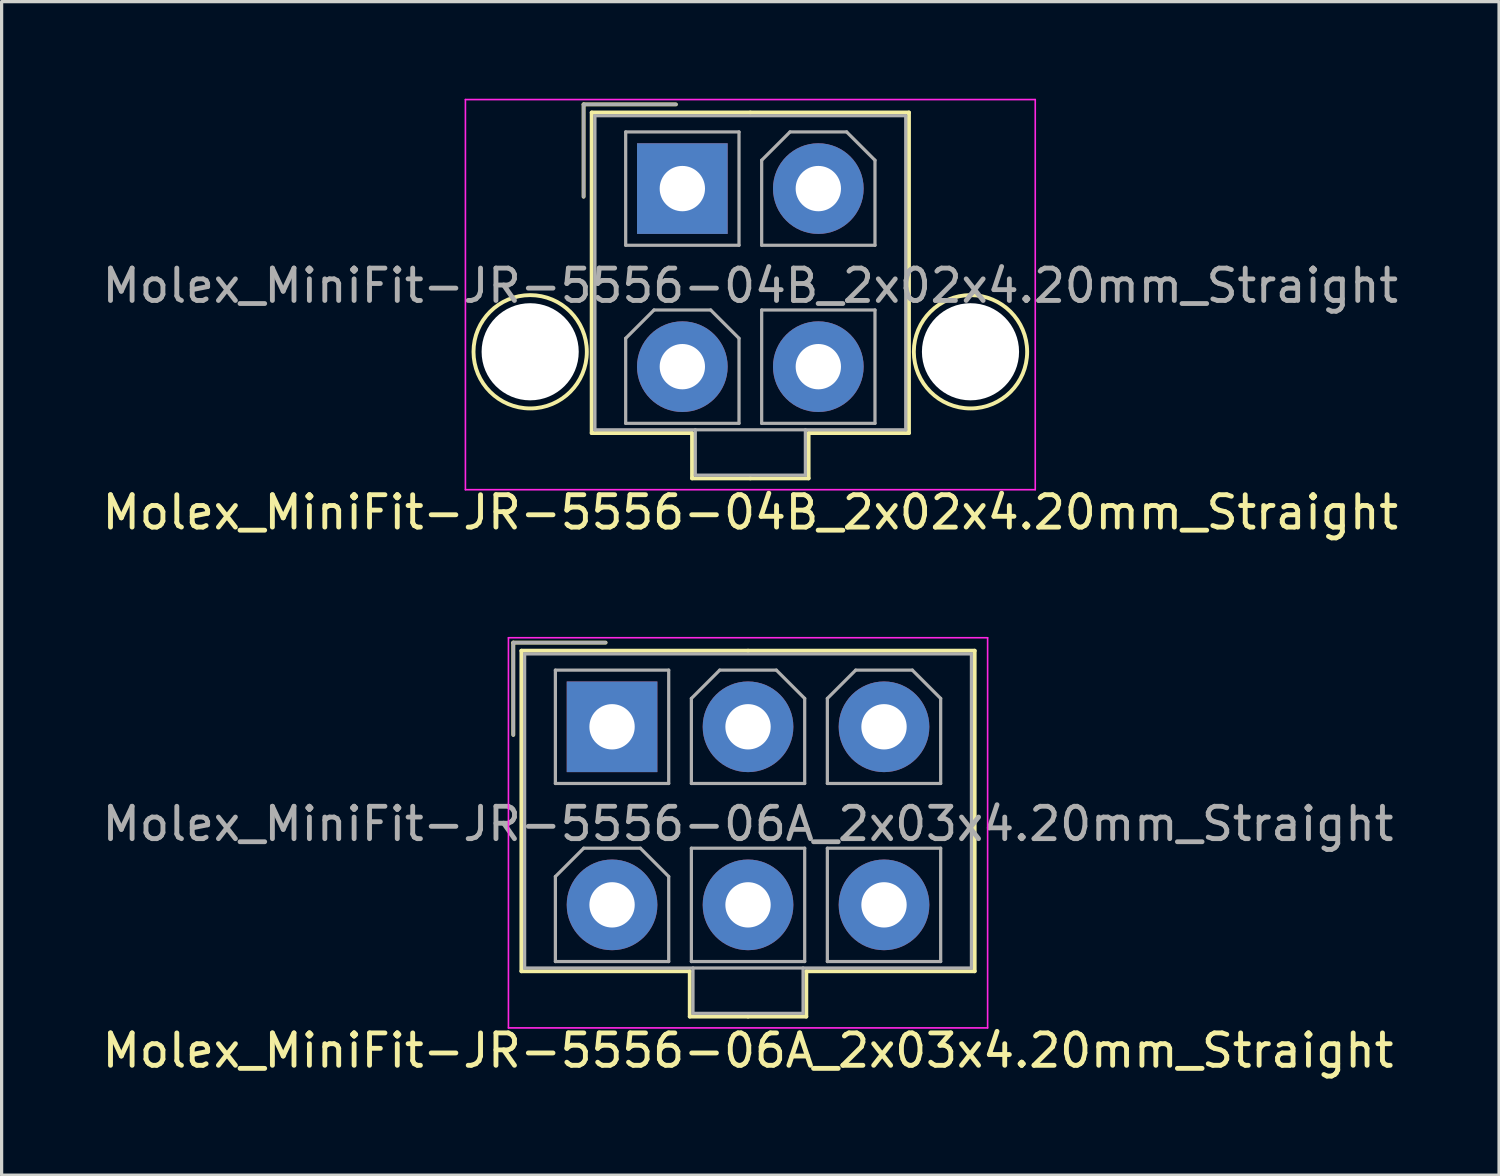
<source format=kicad_pcb>
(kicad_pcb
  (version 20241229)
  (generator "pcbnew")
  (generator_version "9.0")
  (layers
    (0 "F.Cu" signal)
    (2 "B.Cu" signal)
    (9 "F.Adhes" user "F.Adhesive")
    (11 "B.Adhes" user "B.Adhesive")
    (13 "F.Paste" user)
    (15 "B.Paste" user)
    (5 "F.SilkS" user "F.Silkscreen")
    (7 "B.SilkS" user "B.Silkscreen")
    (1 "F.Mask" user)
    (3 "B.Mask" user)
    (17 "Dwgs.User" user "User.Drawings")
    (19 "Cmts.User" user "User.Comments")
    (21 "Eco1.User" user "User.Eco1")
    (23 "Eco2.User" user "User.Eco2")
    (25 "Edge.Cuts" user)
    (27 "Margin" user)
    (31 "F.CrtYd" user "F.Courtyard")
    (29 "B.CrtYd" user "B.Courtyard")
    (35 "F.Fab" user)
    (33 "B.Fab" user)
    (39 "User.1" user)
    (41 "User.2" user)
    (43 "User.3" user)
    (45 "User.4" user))
  (footprint "Molex_MiniFit-JR-5556-06A_2x03x4.20mm_Straight"
    (layer "F.Cu")
    (at 15.854 19.398)
    (property "Reference" "Molex_MiniFit-JR-5556-06A_2x03x4.20mm_Straight" (at 4.2 10 0) (layer "F.SilkS") (effects (font (size 1 1) (thickness 0.15))))
    (attr through_hole)
    (fp_line (start -3.05 -2.6) (end -3.05 0.25) (stroke (width 0.12) (type solid)) (layer "F.SilkS"))
    (fp_line (start -2.8 -2.35) (end -2.8 7.55) (stroke (width 0.12) (type solid)) (layer "F.SilkS"))
    (fp_line (start -2.8 7.55) (end 2.4 7.55) (stroke (width 0.12) (type solid)) (layer "F.SilkS"))
    (fp_line (start -0.2 -2.6) (end -3.05 -2.6) (stroke (width 0.12) (type solid)) (layer "F.SilkS"))
    (fp_line (start 2.4 7.55) (end 2.4 8.95) (stroke (width 0.12) (type solid)) (layer "F.SilkS"))
    (fp_line (start 2.4 8.95) (end 4.2 8.95) (stroke (width 0.12) (type solid)) (layer "F.SilkS"))
    (fp_line (start 4.2 -2.35) (end -2.8 -2.35) (stroke (width 0.12) (type solid)) (layer "F.SilkS"))
    (fp_line (start 4.2 -2.35) (end 11.2 -2.35) (stroke (width 0.12) (type solid)) (layer "F.SilkS"))
    (fp_line (start 6 7.55) (end 6 8.95) (stroke (width 0.12) (type solid)) (layer "F.SilkS"))
    (fp_line (start 6 8.95) (end 4.2 8.95) (stroke (width 0.12) (type solid)) (layer "F.SilkS"))
    (fp_line (start 11.2 -2.35) (end 11.2 7.55) (stroke (width 0.12) (type solid)) (layer "F.SilkS"))
    (fp_line (start 11.2 7.55) (end 6 7.55) (stroke (width 0.12) (type solid)) (layer "F.SilkS"))
    (fp_line (start -3.2 -2.75) (end -3.2 9.3) (stroke (width 0.05) (type solid)) (layer "F.CrtYd"))
    (fp_line (start -3.2 9.3) (end 11.6 9.3) (stroke (width 0.05) (type solid)) (layer "F.CrtYd"))
    (fp_line (start 11.6 -2.75) (end -3.2 -2.75) (stroke (width 0.05) (type solid)) (layer "F.CrtYd"))
    (fp_line (start 11.6 9.3) (end 11.6 -2.75) (stroke (width 0.05) (type solid)) (layer "F.CrtYd"))
    (fp_line (start -3.05 -2.6) (end -3.05 0.25) (stroke (width 0.1) (type solid)) (layer "F.Fab"))
    (fp_line (start -2.7 -2.25) (end -2.7 7.45) (stroke (width 0.1) (type solid)) (layer "F.Fab"))
    (fp_line (start -2.7 7.45) (end 11.1 7.45) (stroke (width 0.1) (type solid)) (layer "F.Fab"))
    (fp_line (start -1.75 -1.75) (end -1.75 1.75) (stroke (width 0.1) (type solid)) (layer "F.Fab"))
    (fp_line (start -1.75 1.75) (end 1.75 1.75) (stroke (width 0.1) (type solid)) (layer "F.Fab"))
    (fp_line (start -1.75 4.625) (end -0.875 3.75) (stroke (width 0.1) (type solid)) (layer "F.Fab"))
    (fp_line (start -1.75 7.25) (end -1.75 4.625) (stroke (width 0.1) (type solid)) (layer "F.Fab"))
    (fp_line (start -0.875 3.75) (end 0.875 3.75) (stroke (width 0.1) (type solid)) (layer "F.Fab"))
    (fp_line (start -0.2 -2.6) (end -3.05 -2.6) (stroke (width 0.1) (type solid)) (layer "F.Fab"))
    (fp_line (start 0.875 3.75) (end 1.75 4.625) (stroke (width 0.1) (type solid)) (layer "F.Fab"))
    (fp_line (start 1.75 -1.75) (end -1.75 -1.75) (stroke (width 0.1) (type solid)) (layer "F.Fab"))
    (fp_line (start 1.75 1.75) (end 1.75 -1.75) (stroke (width 0.1) (type solid)) (layer "F.Fab"))
    (fp_line (start 1.75 4.625) (end 1.75 7.25) (stroke (width 0.1) (type solid)) (layer "F.Fab"))
    (fp_line (start 1.75 7.25) (end -1.75 7.25) (stroke (width 0.1) (type solid)) (layer "F.Fab"))
    (fp_line (start 2.45 -0.875) (end 3.325 -1.75) (stroke (width 0.1) (type solid)) (layer "F.Fab"))
    (fp_line (start 2.45 1.75) (end 2.45 -0.875) (stroke (width 0.1) (type solid)) (layer "F.Fab"))
    (fp_line (start 2.45 3.75) (end 2.45 7.25) (stroke (width 0.1) (type solid)) (layer "F.Fab"))
    (fp_line (start 2.45 7.25) (end 5.95 7.25) (stroke (width 0.1) (type solid)) (layer "F.Fab"))
    (fp_line (start 2.5 7.45) (end 2.5 8.85) (stroke (width 0.1) (type solid)) (layer "F.Fab"))
    (fp_line (start 2.5 8.85) (end 5.9 8.85) (stroke (width 0.1) (type solid)) (layer "F.Fab"))
    (fp_line (start 3.325 -1.75) (end 5.075 -1.75) (stroke (width 0.1) (type solid)) (layer "F.Fab"))
    (fp_line (start 5.075 -1.75) (end 5.95 -0.875) (stroke (width 0.1) (type solid)) (layer "F.Fab"))
    (fp_line (start 5.9 8.85) (end 5.9 7.45) (stroke (width 0.1) (type solid)) (layer "F.Fab"))
    (fp_line (start 5.95 -0.875) (end 5.95 1.75) (stroke (width 0.1) (type solid)) (layer "F.Fab"))
    (fp_line (start 5.95 1.75) (end 2.45 1.75) (stroke (width 0.1) (type solid)) (layer "F.Fab"))
    (fp_line (start 5.95 3.75) (end 2.45 3.75) (stroke (width 0.1) (type solid)) (layer "F.Fab"))
    (fp_line (start 5.95 7.25) (end 5.95 3.75) (stroke (width 0.1) (type solid)) (layer "F.Fab"))
    (fp_line (start 6.65 -0.875) (end 7.525 -1.75) (stroke (width 0.1) (type solid)) (layer "F.Fab"))
    (fp_line (start 6.65 1.75) (end 6.65 -0.875) (stroke (width 0.1) (type solid)) (layer "F.Fab"))
    (fp_line (start 6.65 3.75) (end 6.65 7.25) (stroke (width 0.1) (type solid)) (layer "F.Fab"))
    (fp_line (start 6.65 7.25) (end 10.15 7.25) (stroke (width 0.1) (type solid)) (layer "F.Fab"))
    (fp_line (start 7.525 -1.75) (end 9.275 -1.75) (stroke (width 0.1) (type solid)) (layer "F.Fab"))
    (fp_line (start 9.275 -1.75) (end 10.15 -0.875) (stroke (width 0.1) (type solid)) (layer "F.Fab"))
    (fp_line (start 10.15 -0.875) (end 10.15 1.75) (stroke (width 0.1) (type solid)) (layer "F.Fab"))
    (fp_line (start 10.15 1.75) (end 6.65 1.75) (stroke (width 0.1) (type solid)) (layer "F.Fab"))
    (fp_line (start 10.15 3.75) (end 6.65 3.75) (stroke (width 0.1) (type solid)) (layer "F.Fab"))
    (fp_line (start 10.15 7.25) (end 10.15 3.75) (stroke (width 0.1) (type solid)) (layer "F.Fab"))
    (fp_line (start 11.1 -2.25) (end -2.7 -2.25) (stroke (width 0.1) (type solid)) (layer "F.Fab"))
    (fp_line (start 11.1 7.45) (end 11.1 -2.25) (stroke (width 0.1) (type solid)) (layer "F.Fab"))
    (fp_text user "${REFERENCE}" (at 4.2 3 0) (layer "F.Fab") (effects (font (size 1 1) (thickness 0.15))))
    (pad "1" thru_hole rect (at 0 0) (size 2.8 2.8) (drill 1.4) (layers "*.Cu" "*.Mask"))
    (pad "2" thru_hole circle (at 4.2 0) (size 2.8 2.8) (drill 1.4) (layers "*.Cu" "*.Mask"))
    (pad "3" thru_hole circle (at 8.4 0) (size 2.8 2.8) (drill 1.4) (layers "*.Cu" "*.Mask"))
    (pad "4" thru_hole circle (at 0 5.5) (size 2.8 2.8) (drill 1.4) (layers "*.Cu" "*.Mask"))
    (pad "5" thru_hole circle (at 4.2 5.5) (size 2.8 2.8) (drill 1.4) (layers "*.Cu" "*.Mask"))
    (pad "6" thru_hole circle (at 8.4 5.5) (size 2.8 2.8) (drill 1.4) (layers "*.Cu" "*.Mask")))
  (footprint "Molex_MiniFit-JR-5556-04B_2x02x4.20mm_Straight"
    (layer "F.Cu")
    (at 18.025 2.775)
    (property "Reference" "Molex_MiniFit-JR-5556-04B_2x02x4.20mm_Straight" (at 2.1 10 0) (layer "F.SilkS") (effects (font (size 1 1) (thickness 0.15))))
    (attr through_hole)
    (fp_line (start -3.05 -2.6) (end -3.05 0.25) (stroke (width 0.12) (type solid)) (layer "F.SilkS"))
    (fp_line (start -2.8 -2.35) (end -2.8 7.55) (stroke (width 0.12) (type solid)) (layer "F.SilkS"))
    (fp_line (start -2.8 7.55) (end 0.3 7.55) (stroke (width 0.12) (type solid)) (layer "F.SilkS"))
    (fp_line (start -0.2 -2.6) (end -3.05 -2.6) (stroke (width 0.12) (type solid)) (layer "F.SilkS"))
    (fp_line (start 0.3 7.55) (end 0.3 8.95) (stroke (width 0.12) (type solid)) (layer "F.SilkS"))
    (fp_line (start 0.3 8.95) (end 2.1 8.95) (stroke (width 0.12) (type solid)) (layer "F.SilkS"))
    (fp_line (start 2.1 -2.35) (end -2.8 -2.35) (stroke (width 0.12) (type solid)) (layer "F.SilkS"))
    (fp_line (start 2.1 -2.35) (end 7 -2.35) (stroke (width 0.12) (type solid)) (layer "F.SilkS"))
    (fp_line (start 3.9 7.55) (end 3.9 8.95) (stroke (width 0.12) (type solid)) (layer "F.SilkS"))
    (fp_line (start 3.9 8.95) (end 2.1 8.95) (stroke (width 0.12) (type solid)) (layer "F.SilkS"))
    (fp_line (start 7 -2.35) (end 7 7.55) (stroke (width 0.12) (type solid)) (layer "F.SilkS"))
    (fp_line (start 7 7.55) (end 3.9 7.55) (stroke (width 0.12) (type solid)) (layer "F.SilkS"))
    (fp_circle (center -4.7 5.04) (end -2.95 5.04) (stroke (width 0.12) (type solid)) (fill no) (layer "F.SilkS"))
    (fp_circle (center 8.9 5.04) (end 10.65 5.04) (stroke (width 0.12) (type solid)) (fill no) (layer "F.SilkS"))
    (fp_line (start -6.7 -2.75) (end -6.7 9.3) (stroke (width 0.05) (type solid)) (layer "F.CrtYd"))
    (fp_line (start -6.7 9.3) (end 10.9 9.3) (stroke (width 0.05) (type solid)) (layer "F.CrtYd"))
    (fp_line (start 10.9 -2.75) (end -6.7 -2.75) (stroke (width 0.05) (type solid)) (layer "F.CrtYd"))
    (fp_line (start 10.9 9.3) (end 10.9 -2.75) (stroke (width 0.05) (type solid)) (layer "F.CrtYd"))
    (fp_line (start -3.05 -2.6) (end -3.05 0.25) (stroke (width 0.1) (type solid)) (layer "F.Fab"))
    (fp_line (start -2.7 -2.25) (end -2.7 7.45) (stroke (width 0.1) (type solid)) (layer "F.Fab"))
    (fp_line (start -2.7 7.45) (end 6.9 7.45) (stroke (width 0.1) (type solid)) (layer "F.Fab"))
    (fp_line (start -1.75 -1.75) (end -1.75 1.75) (stroke (width 0.1) (type solid)) (layer "F.Fab"))
    (fp_line (start -1.75 1.75) (end 1.75 1.75) (stroke (width 0.1) (type solid)) (layer "F.Fab"))
    (fp_line (start -1.75 4.625) (end -0.875 3.75) (stroke (width 0.1) (type solid)) (layer "F.Fab"))
    (fp_line (start -1.75 7.25) (end -1.75 4.625) (stroke (width 0.1) (type solid)) (layer "F.Fab"))
    (fp_line (start -0.875 3.75) (end 0.875 3.75) (stroke (width 0.1) (type solid)) (layer "F.Fab"))
    (fp_line (start -0.2 -2.6) (end -3.05 -2.6) (stroke (width 0.1) (type solid)) (layer "F.Fab"))
    (fp_line (start 0.4 7.45) (end 0.4 8.85) (stroke (width 0.1) (type solid)) (layer "F.Fab"))
    (fp_line (start 0.4 8.85) (end 3.8 8.85) (stroke (width 0.1) (type solid)) (layer "F.Fab"))
    (fp_line (start 0.875 3.75) (end 1.75 4.625) (stroke (width 0.1) (type solid)) (layer "F.Fab"))
    (fp_line (start 1.75 -1.75) (end -1.75 -1.75) (stroke (width 0.1) (type solid)) (layer "F.Fab"))
    (fp_line (start 1.75 1.75) (end 1.75 -1.75) (stroke (width 0.1) (type solid)) (layer "F.Fab"))
    (fp_line (start 1.75 4.625) (end 1.75 7.25) (stroke (width 0.1) (type solid)) (layer "F.Fab"))
    (fp_line (start 1.75 7.25) (end -1.75 7.25) (stroke (width 0.1) (type solid)) (layer "F.Fab"))
    (fp_line (start 2.45 -0.875) (end 3.325 -1.75) (stroke (width 0.1) (type solid)) (layer "F.Fab"))
    (fp_line (start 2.45 1.75) (end 2.45 -0.875) (stroke (width 0.1) (type solid)) (layer "F.Fab"))
    (fp_line (start 2.45 3.75) (end 2.45 7.25) (stroke (width 0.1) (type solid)) (layer "F.Fab"))
    (fp_line (start 2.45 7.25) (end 5.95 7.25) (stroke (width 0.1) (type solid)) (layer "F.Fab"))
    (fp_line (start 3.325 -1.75) (end 5.075 -1.75) (stroke (width 0.1) (type solid)) (layer "F.Fab"))
    (fp_line (start 3.8 8.85) (end 3.8 7.45) (stroke (width 0.1) (type solid)) (layer "F.Fab"))
    (fp_line (start 5.075 -1.75) (end 5.95 -0.875) (stroke (width 0.1) (type solid)) (layer "F.Fab"))
    (fp_line (start 5.95 -0.875) (end 5.95 1.75) (stroke (width 0.1) (type solid)) (layer "F.Fab"))
    (fp_line (start 5.95 1.75) (end 2.45 1.75) (stroke (width 0.1) (type solid)) (layer "F.Fab"))
    (fp_line (start 5.95 3.75) (end 2.45 3.75) (stroke (width 0.1) (type solid)) (layer "F.Fab"))
    (fp_line (start 5.95 7.25) (end 5.95 3.75) (stroke (width 0.1) (type solid)) (layer "F.Fab"))
    (fp_line (start 6.9 -2.25) (end -2.7 -2.25) (stroke (width 0.1) (type solid)) (layer "F.Fab"))
    (fp_line (start 6.9 7.45) (end 6.9 -2.25) (stroke (width 0.1) (type solid)) (layer "F.Fab"))
    (fp_text user "${REFERENCE}" (at 2.1 3 0) (layer "F.Fab") (effects (font (size 1 1) (thickness 0.15))))
    (pad "" np_thru_hole circle (at -4.7 5.04) (size 3 3) (drill 3) (layers "*.Cu" "*.Mask"))
    (pad "" np_thru_hole circle (at 8.9 5.04) (size 3 3) (drill 3) (layers "*.Cu" "*.Mask"))
    (pad "1" thru_hole rect (at 0 0) (size 2.8 2.8) (drill 1.4) (layers "*.Cu" "*.Mask"))
    (pad "2" thru_hole circle (at 4.2 0) (size 2.8 2.8) (drill 1.4) (layers "*.Cu" "*.Mask"))
    (pad "3" thru_hole circle (at 0 5.5) (size 2.8 2.8) (drill 1.4) (layers "*.Cu" "*.Mask"))
    (pad "4" thru_hole circle (at 4.2 5.5) (size 2.8 2.8) (drill 1.4) (layers "*.Cu" "*.Mask")))
  (gr_rect
    (start -3 -3)
    (end 43.25 33.246)
    (stroke (width 0.1) (type default))
    (fill no)
    (layer "Edge.Cuts")))
</source>
